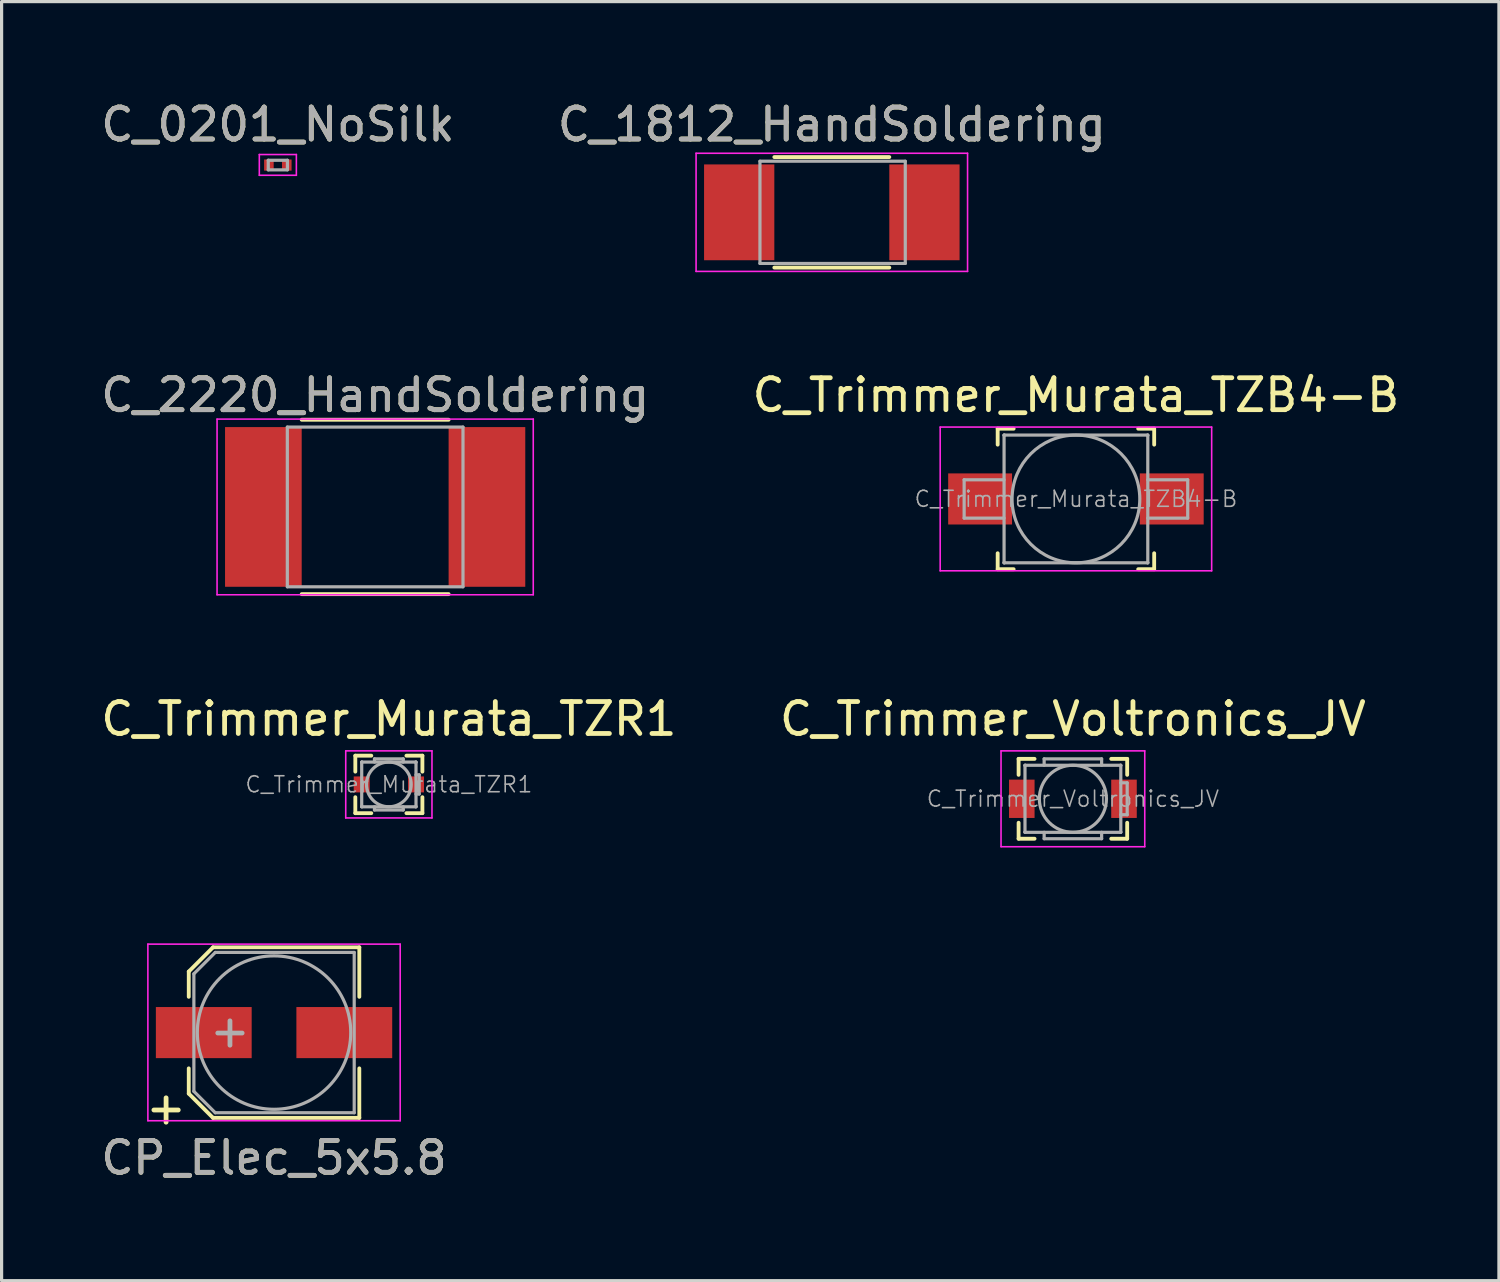
<source format=kicad_pcb>
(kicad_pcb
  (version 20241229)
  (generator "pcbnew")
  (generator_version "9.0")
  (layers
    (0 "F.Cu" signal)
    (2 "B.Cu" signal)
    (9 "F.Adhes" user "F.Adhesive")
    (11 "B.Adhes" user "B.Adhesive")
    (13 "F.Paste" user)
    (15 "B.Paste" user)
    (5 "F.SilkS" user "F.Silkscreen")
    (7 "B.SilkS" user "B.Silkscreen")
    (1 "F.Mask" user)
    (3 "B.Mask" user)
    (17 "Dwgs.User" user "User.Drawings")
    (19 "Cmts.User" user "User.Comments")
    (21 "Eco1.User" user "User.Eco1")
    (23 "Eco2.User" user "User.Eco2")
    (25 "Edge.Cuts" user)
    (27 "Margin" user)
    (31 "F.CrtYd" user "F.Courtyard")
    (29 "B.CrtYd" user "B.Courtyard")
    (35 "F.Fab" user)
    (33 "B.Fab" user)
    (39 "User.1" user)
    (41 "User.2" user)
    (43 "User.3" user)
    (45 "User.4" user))
  (footprint "C_Trimmer_Murata_TZB4-B"
    (layer "F.Cu")
    (at 30.637 12.572)
    (property "Reference" "C_Trimmer_Murata_TZB4-B" (at 0 -3.25 0) (layer "F.SilkS") (effects (font (size 1 1) (thickness 0.15))))
    (attr smd)
    (fp_line (start -2.45 -2.2) (end -2.45 -1.7) (stroke (width 0.12) (type solid)) (layer "F.SilkS"))
    (fp_line (start -2.45 -2.2) (end -1.95 -2.2) (stroke (width 0.12) (type solid)) (layer "F.SilkS"))
    (fp_line (start -2.45 2.2) (end -2.45 1.7) (stroke (width 0.12) (type solid)) (layer "F.SilkS"))
    (fp_line (start -2.45 2.2) (end -1.95 2.2) (stroke (width 0.12) (type solid)) (layer "F.SilkS"))
    (fp_line (start 2.45 -2.2) (end 1.95 -2.2) (stroke (width 0.12) (type solid)) (layer "F.SilkS"))
    (fp_line (start 2.45 -2.2) (end 2.45 -1.7) (stroke (width 0.12) (type solid)) (layer "F.SilkS"))
    (fp_line (start 2.45 2.2) (end 1.95 2.2) (stroke (width 0.12) (type solid)) (layer "F.SilkS"))
    (fp_line (start 2.45 2.2) (end 2.45 1.7) (stroke (width 0.12) (type solid)) (layer "F.SilkS"))
    (fp_line (start -4.25 -2.25) (end -4.25 2.25) (stroke (width 0.05) (type solid)) (layer "F.CrtYd"))
    (fp_line (start -4.25 2.25) (end 4.25 2.25) (stroke (width 0.05) (type solid)) (layer "F.CrtYd"))
    (fp_line (start 4.25 -2.25) (end -4.25 -2.25) (stroke (width 0.05) (type solid)) (layer "F.CrtYd"))
    (fp_line (start 4.25 2.25) (end 4.25 -2.25) (stroke (width 0.05) (type solid)) (layer "F.CrtYd"))
    (fp_line (start -3.5 -0.6) (end -3.5 0.6) (stroke (width 0.1) (type solid)) (layer "F.Fab"))
    (fp_line (start -3.5 0.6) (end -2.25 0.6) (stroke (width 0.1) (type solid)) (layer "F.Fab"))
    (fp_line (start -2.25 -2) (end -2.24 -2) (stroke (width 0.1) (type solid)) (layer "F.Fab"))
    (fp_line (start -2.25 -1.99) (end -2.25 -2) (stroke (width 0.1) (type solid)) (layer "F.Fab"))
    (fp_line (start -2.25 -0.6) (end -3.5 -0.6) (stroke (width 0.1) (type solid)) (layer "F.Fab"))
    (fp_line (start -2.25 1.99) (end -2.25 -1.99) (stroke (width 0.1) (type solid)) (layer "F.Fab"))
    (fp_line (start -2.25 2) (end -2.25 1.99) (stroke (width 0.1) (type solid)) (layer "F.Fab"))
    (fp_line (start -2.24 -2) (end 2.24 -2) (stroke (width 0.1) (type solid)) (layer "F.Fab"))
    (fp_line (start -2.24 2) (end -2.25 2) (stroke (width 0.1) (type solid)) (layer "F.Fab"))
    (fp_line (start 2.24 -2) (end 2.25 -2) (stroke (width 0.1) (type solid)) (layer "F.Fab"))
    (fp_line (start 2.24 2) (end -2.24 2) (stroke (width 0.1) (type solid)) (layer "F.Fab"))
    (fp_line (start 2.25 -2) (end 2.25 -1.99) (stroke (width 0.1) (type solid)) (layer "F.Fab"))
    (fp_line (start 2.25 -1.99) (end 2.25 1.99) (stroke (width 0.1) (type solid)) (layer "F.Fab"))
    (fp_line (start 2.25 -0.6) (end 3.5 -0.6) (stroke (width 0.1) (type solid)) (layer "F.Fab"))
    (fp_line (start 2.25 1.99) (end 2.25 2) (stroke (width 0.1) (type solid)) (layer "F.Fab"))
    (fp_line (start 2.25 2) (end 2.24 2) (stroke (width 0.1) (type solid)) (layer "F.Fab"))
    (fp_line (start 3.5 -0.6) (end 3.5 0.6) (stroke (width 0.1) (type solid)) (layer "F.Fab"))
    (fp_line (start 3.5 0.6) (end 2.25 0.6) (stroke (width 0.1) (type solid)) (layer "F.Fab"))
    (fp_circle (center 0 0) (end 2 0) (stroke (width 0.1) (type solid)) (fill no) (layer "F.Fab"))
    (fp_text user "${REFERENCE}" (at 0 0 0) (layer "F.Fab") (effects (font (size 0.5 0.5) (thickness 0.05))))
    (pad "1" smd rect (at -3 0) (size 2 1.6) (layers "F.Cu" "F.Mask" "F.Paste"))
    (pad "2" smd rect (at 3 0) (size 2 1.6) (layers "F.Cu" "F.Mask" "F.Paste")))
  (footprint "C_1812_HandSoldering"
    (layer "F.Cu")
    (at 22.994 3.598)
    (property "Reference" "C_1812_HandSoldering" (at 0 -2.75 0) (layer "F.SilkS") (effects (font (size 1 1) (thickness 0.15))))
    (attr smd)
    (fp_line (start -1.8 1.73) (end 1.8 1.73) (stroke (width 0.12) (type solid)) (layer "F.SilkS"))
    (fp_line (start 1.8 -1.73) (end -1.8 -1.73) (stroke (width 0.12) (type solid)) (layer "F.SilkS"))
    (fp_line (start -4.25 -1.85) (end -4.25 1.85) (stroke (width 0.05) (type solid)) (layer "F.CrtYd"))
    (fp_line (start -4.25 -1.85) (end 4.25 -1.85) (stroke (width 0.05) (type solid)) (layer "F.CrtYd"))
    (fp_line (start 4.25 1.85) (end -4.25 1.85) (stroke (width 0.05) (type solid)) (layer "F.CrtYd"))
    (fp_line (start 4.25 1.85) (end 4.25 -1.85) (stroke (width 0.05) (type solid)) (layer "F.CrtYd"))
    (fp_line (start -2.25 -1.6) (end 2.3 -1.6) (stroke (width 0.1) (type solid)) (layer "F.Fab"))
    (fp_line (start -2.25 1.6) (end -2.25 -1.6) (stroke (width 0.1) (type solid)) (layer "F.Fab"))
    (fp_line (start 2.3 -1.6) (end 2.3 1.6) (stroke (width 0.1) (type solid)) (layer "F.Fab"))
    (fp_line (start 2.3 1.6) (end -2.25 1.6) (stroke (width 0.1) (type solid)) (layer "F.Fab"))
    (fp_text user "${REFERENCE}" (at 0 -2.75 0) (layer "F.Fab") (effects (font (size 1 1) (thickness 0.15))))
    (pad "1" smd rect (at -2.9 0) (size 2.2 3) (layers "F.Cu" "F.Mask" "F.Paste"))
    (pad "2" smd rect (at 2.9 0) (size 2.2 3) (layers "F.Cu" "F.Mask" "F.Paste")))
  (footprint "C_Trimmer_Murata_TZR1"
    (layer "F.Cu")
    (at 9.125 21.51)
    (property "Reference" "C_Trimmer_Murata_TZR1" (at 0 -2.05 0) (layer "F.SilkS") (effects (font (size 1 1) (thickness 0.15))))
    (attr smd)
    (fp_line (start -1.05 -0.9) (end -1.05 -0.4) (stroke (width 0.12) (type solid)) (layer "F.SilkS"))
    (fp_line (start -1.05 -0.9) (end -0.55 -0.9) (stroke (width 0.12) (type solid)) (layer "F.SilkS"))
    (fp_line (start -1.05 0.9) (end -1.05 0.4) (stroke (width 0.12) (type solid)) (layer "F.SilkS"))
    (fp_line (start -1.05 0.9) (end -0.55 0.9) (stroke (width 0.12) (type solid)) (layer "F.SilkS"))
    (fp_line (start 1.05 -0.9) (end 0.55 -0.9) (stroke (width 0.12) (type solid)) (layer "F.SilkS"))
    (fp_line (start 1.05 -0.9) (end 1.05 -0.4) (stroke (width 0.12) (type solid)) (layer "F.SilkS"))
    (fp_line (start 1.05 0.9) (end 0.55 0.9) (stroke (width 0.12) (type solid)) (layer "F.SilkS"))
    (fp_line (start 1.05 0.9) (end 1.05 0.4) (stroke (width 0.12) (type solid)) (layer "F.SilkS"))
    (fp_line (start -1.35 -1.05) (end -1.35 1.05) (stroke (width 0.05) (type solid)) (layer "F.CrtYd"))
    (fp_line (start -1.35 1.05) (end 1.35 1.05) (stroke (width 0.05) (type solid)) (layer "F.CrtYd"))
    (fp_line (start 1.35 -1.05) (end -1.35 -1.05) (stroke (width 0.05) (type solid)) (layer "F.CrtYd"))
    (fp_line (start 1.35 1.05) (end 1.35 -1.05) (stroke (width 0.05) (type solid)) (layer "F.CrtYd"))
    (fp_line (start -0.85 -0.7) (end -0.84 -0.7) (stroke (width 0.1) (type solid)) (layer "F.Fab"))
    (fp_line (start -0.85 -0.69) (end -0.85 -0.7) (stroke (width 0.1) (type solid)) (layer "F.Fab"))
    (fp_line (start -0.85 0.69) (end -0.85 -0.69) (stroke (width 0.1) (type solid)) (layer "F.Fab"))
    (fp_line (start -0.85 0.7) (end -0.85 0.69) (stroke (width 0.1) (type solid)) (layer "F.Fab"))
    (fp_line (start -0.84 -0.7) (end 0.84 -0.7) (stroke (width 0.1) (type solid)) (layer "F.Fab"))
    (fp_line (start -0.84 0.7) (end -0.85 0.7) (stroke (width 0.1) (type solid)) (layer "F.Fab"))
    (fp_line (start -0.45 -0.8) (end 0.45 -0.8) (stroke (width 0.1) (type solid)) (layer "F.Fab"))
    (fp_line (start -0.45 -0.7) (end -0.45 -0.8) (stroke (width 0.1) (type solid)) (layer "F.Fab"))
    (fp_line (start -0.45 0.7) (end -0.45 0.8) (stroke (width 0.1) (type solid)) (layer "F.Fab"))
    (fp_line (start -0.45 0.8) (end 0.45 0.8) (stroke (width 0.1) (type solid)) (layer "F.Fab"))
    (fp_line (start 0.45 -0.8) (end 0.45 -0.7) (stroke (width 0.1) (type solid)) (layer "F.Fab"))
    (fp_line (start 0.45 0.8) (end 0.45 0.7) (stroke (width 0.1) (type solid)) (layer "F.Fab"))
    (fp_line (start 0.84 -0.7) (end 0.85 -0.7) (stroke (width 0.1) (type solid)) (layer "F.Fab"))
    (fp_line (start 0.84 0.7) (end -0.84 0.7) (stroke (width 0.1) (type solid)) (layer "F.Fab"))
    (fp_line (start 0.85 -0.7) (end 0.85 -0.69) (stroke (width 0.1) (type solid)) (layer "F.Fab"))
    (fp_line (start 0.85 -0.69) (end 0.85 0.69) (stroke (width 0.1) (type solid)) (layer "F.Fab"))
    (fp_line (start 0.85 -0.3) (end 0.95 -0.3) (stroke (width 0.1) (type solid)) (layer "F.Fab"))
    (fp_line (start 0.85 0.69) (end 0.85 0.7) (stroke (width 0.1) (type solid)) (layer "F.Fab"))
    (fp_line (start 0.85 0.7) (end 0.84 0.7) (stroke (width 0.1) (type solid)) (layer "F.Fab"))
    (fp_line (start 0.95 -0.3) (end 0.95 0.3) (stroke (width 0.1) (type solid)) (layer "F.Fab"))
    (fp_line (start 0.95 0.3) (end 0.85 0.3) (stroke (width 0.1) (type solid)) (layer "F.Fab"))
    (fp_circle (center 0 0) (end 0.7 0) (stroke (width 0.1) (type solid)) (fill no) (layer "F.Fab"))
    (fp_text user "${REFERENCE}" (at 0 0 0) (layer "F.Fab") (effects (font (size 0.5 0.5) (thickness 0.05))))
    (pad "1" smd rect (at -0.85 0) (size 0.5 0.5) (layers "F.Cu" "F.Mask" "F.Paste"))
    (pad "2" smd rect (at 0.85 0) (size 0.5 0.5) (layers "F.Cu" "F.Mask" "F.Paste")))
  (footprint "CP_Elec_5x5.8"
    (layer "F.Cu")
    (at 5.53 29.28)
    (property "Reference" "CP_Elec_5x5.8" (at 0 3.92 0) (layer "F.SilkS") (effects (font (size 1 1) (thickness 0.15))))
    (attr smd)
    (fp_line (start -2.67 -1.91) (end -2.67 -1.12) (stroke (width 0.12) (type solid)) (layer "F.SilkS"))
    (fp_line (start -2.67 1.91) (end -2.67 1.12) (stroke (width 0.12) (type solid)) (layer "F.SilkS"))
    (fp_line (start -2.67 1.91) (end -1.91 2.67) (stroke (width 0.12) (type solid)) (layer "F.SilkS"))
    (fp_line (start -1.91 -2.67) (end -2.67 -1.91) (stroke (width 0.12) (type solid)) (layer "F.SilkS"))
    (fp_line (start -1.91 2.67) (end 2.67 2.67) (stroke (width 0.12) (type solid)) (layer "F.SilkS"))
    (fp_line (start 2.67 -2.67) (end -1.91 -2.67) (stroke (width 0.12) (type solid)) (layer "F.SilkS"))
    (fp_line (start 2.67 -2.67) (end 2.67 -1.12) (stroke (width 0.12) (type solid)) (layer "F.SilkS"))
    (fp_line (start 2.67 2.67) (end 2.67 1.12) (stroke (width 0.12) (type solid)) (layer "F.SilkS"))
    (fp_line (start -3.95 -2.77) (end -3.95 2.76) (stroke (width 0.05) (type solid)) (layer "F.CrtYd"))
    (fp_line (start -3.95 -2.77) (end 3.95 -2.77) (stroke (width 0.05) (type solid)) (layer "F.CrtYd"))
    (fp_line (start 3.95 2.76) (end -3.95 2.76) (stroke (width 0.05) (type solid)) (layer "F.CrtYd"))
    (fp_line (start 3.95 2.76) (end 3.95 -2.77) (stroke (width 0.05) (type solid)) (layer "F.CrtYd"))
    (fp_line (start -2.51 -1.84) (end -2.51 1.84) (stroke (width 0.1) (type solid)) (layer "F.Fab"))
    (fp_line (start -2.51 1.84) (end -1.84 2.51) (stroke (width 0.1) (type solid)) (layer "F.Fab"))
    (fp_line (start -1.84 -2.51) (end -2.51 -1.84) (stroke (width 0.1) (type solid)) (layer "F.Fab"))
    (fp_line (start -1.84 2.51) (end 2.51 2.51) (stroke (width 0.1) (type solid)) (layer "F.Fab"))
    (fp_line (start 2.51 -2.51) (end -1.84 -2.51) (stroke (width 0.1) (type solid)) (layer "F.Fab"))
    (fp_line (start 2.51 2.51) (end 2.51 -2.51) (stroke (width 0.1) (type solid)) (layer "F.Fab"))
    (fp_circle (center 0 0) (end 0.1 2.4) (stroke (width 0.1) (type solid)) (fill no) (layer "F.Fab"))
    (fp_text user "+" (at -3.38 2.35 0) (layer "F.SilkS") (effects (font (size 1 1) (thickness 0.15))))
    (fp_text user "${REFERENCE}" (at 0 3.92 0) (layer "F.Fab") (effects (font (size 1 1) (thickness 0.15))))
    (fp_text user "+" (at -1.38 -0.06 0) (layer "F.Fab") (effects (font (size 1 1) (thickness 0.15))))
    (pad "1" smd rect (at -2.2 0 180) (size 3 1.6) (layers "F.Cu" "F.Mask" "F.Paste"))
    (pad "2" smd rect (at 2.2 0 180) (size 3 1.6) (layers "F.Cu" "F.Mask" "F.Paste")))
  (footprint "C_2220_HandSoldering"
    (layer "F.Cu")
    (at 8.696 12.822)
    (property "Reference" "C_2220_HandSoldering" (at 0 -3.5 0) (layer "F.SilkS") (effects (font (size 1 1) (thickness 0.15))))
    (attr smd)
    (fp_line (start -2.3 2.73) (end 2.3 2.73) (stroke (width 0.12) (type solid)) (layer "F.SilkS"))
    (fp_line (start 2.3 -2.73) (end -2.3 -2.73) (stroke (width 0.12) (type solid)) (layer "F.SilkS"))
    (fp_line (start -4.95 -2.75) (end -4.95 2.75) (stroke (width 0.05) (type solid)) (layer "F.CrtYd"))
    (fp_line (start -4.95 -2.75) (end 4.95 -2.75) (stroke (width 0.05) (type solid)) (layer "F.CrtYd"))
    (fp_line (start 4.95 2.75) (end -4.95 2.75) (stroke (width 0.05) (type solid)) (layer "F.CrtYd"))
    (fp_line (start 4.95 2.75) (end 4.95 -2.75) (stroke (width 0.05) (type solid)) (layer "F.CrtYd"))
    (fp_line (start -2.75 -2.5) (end 2.75 -2.5) (stroke (width 0.1) (type solid)) (layer "F.Fab"))
    (fp_line (start -2.75 2.5) (end -2.75 -2.5) (stroke (width 0.1) (type solid)) (layer "F.Fab"))
    (fp_line (start 2.75 -2.5) (end 2.75 2.5) (stroke (width 0.1) (type solid)) (layer "F.Fab"))
    (fp_line (start 2.75 2.5) (end -2.75 2.5) (stroke (width 0.1) (type solid)) (layer "F.Fab"))
    (fp_text user "${REFERENCE}" (at 0 -3.5 0) (layer "F.Fab") (effects (font (size 1 1) (thickness 0.15))))
    (pad "1" smd rect (at -3.5 0) (size 2.4 5) (layers "F.Cu" "F.Mask" "F.Paste"))
    (pad "2" smd rect (at 3.5 0) (size 2.4 5) (layers "F.Cu" "F.Mask" "F.Paste")))
  (footprint "C_Trimmer_Voltronics_JV"
    (layer "F.Cu")
    (at 30.542 21.96)
    (property "Reference" "C_Trimmer_Voltronics_JV" (at 0 -2.5 0) (layer "F.SilkS") (effects (font (size 1 1) (thickness 0.15))))
    (attr smd)
    (fp_line (start -1.7 -1.25) (end -1.7 -0.75) (stroke (width 0.12) (type solid)) (layer "F.SilkS"))
    (fp_line (start -1.7 -1.25) (end -1.2 -1.25) (stroke (width 0.12) (type solid)) (layer "F.SilkS"))
    (fp_line (start -1.7 1.25) (end -1.7 0.75) (stroke (width 0.12) (type solid)) (layer "F.SilkS"))
    (fp_line (start -1.7 1.25) (end -1.2 1.25) (stroke (width 0.12) (type solid)) (layer "F.SilkS"))
    (fp_line (start 1.7 -1.25) (end 1.2 -1.25) (stroke (width 0.12) (type solid)) (layer "F.SilkS"))
    (fp_line (start 1.7 -1.25) (end 1.7 -0.75) (stroke (width 0.12) (type solid)) (layer "F.SilkS"))
    (fp_line (start 1.7 1.25) (end 1.2 1.25) (stroke (width 0.12) (type solid)) (layer "F.SilkS"))
    (fp_line (start 1.7 1.25) (end 1.7 0.75) (stroke (width 0.12) (type solid)) (layer "F.SilkS"))
    (fp_line (start -2.25 -1.5) (end -2.25 1.5) (stroke (width 0.05) (type solid)) (layer "F.CrtYd"))
    (fp_line (start -2.25 1.5) (end 2.25 1.5) (stroke (width 0.05) (type solid)) (layer "F.CrtYd"))
    (fp_line (start 2.25 -1.5) (end -2.25 -1.5) (stroke (width 0.05) (type solid)) (layer "F.CrtYd"))
    (fp_line (start 2.25 1.5) (end 2.25 -1.5) (stroke (width 0.05) (type solid)) (layer "F.CrtYd"))
    (fp_line (start -1.5 -1.05) (end -1.49 -1.05) (stroke (width 0.1) (type solid)) (layer "F.Fab"))
    (fp_line (start -1.5 -1.04) (end -1.5 -1.05) (stroke (width 0.1) (type solid)) (layer "F.Fab"))
    (fp_line (start -1.5 1.04) (end -1.5 -1.04) (stroke (width 0.1) (type solid)) (layer "F.Fab"))
    (fp_line (start -1.5 1.05) (end -1.5 1.04) (stroke (width 0.1) (type solid)) (layer "F.Fab"))
    (fp_line (start -1.49 -1.05) (end 1.49 -1.05) (stroke (width 0.1) (type solid)) (layer "F.Fab"))
    (fp_line (start -1.49 1.05) (end -1.5 1.05) (stroke (width 0.1) (type solid)) (layer "F.Fab"))
    (fp_line (start -0.9 -1.25) (end 0.9 -1.25) (stroke (width 0.1) (type solid)) (layer "F.Fab"))
    (fp_line (start -0.9 -1.05) (end -0.9 -1.25) (stroke (width 0.1) (type solid)) (layer "F.Fab"))
    (fp_line (start -0.9 1.05) (end -0.9 1.25) (stroke (width 0.1) (type solid)) (layer "F.Fab"))
    (fp_line (start -0.9 1.25) (end 0.9 1.25) (stroke (width 0.1) (type solid)) (layer "F.Fab"))
    (fp_line (start 0.9 -1.25) (end 0.9 -1.05) (stroke (width 0.1) (type solid)) (layer "F.Fab"))
    (fp_line (start 0.9 1.25) (end 0.9 1.05) (stroke (width 0.1) (type solid)) (layer "F.Fab"))
    (fp_line (start 1.49 -1.05) (end 1.5 -1.05) (stroke (width 0.1) (type solid)) (layer "F.Fab"))
    (fp_line (start 1.49 1.05) (end -1.49 1.05) (stroke (width 0.1) (type solid)) (layer "F.Fab"))
    (fp_line (start 1.5 -1.05) (end 1.5 -1.04) (stroke (width 0.1) (type solid)) (layer "F.Fab"))
    (fp_line (start 1.5 -1.04) (end 1.5 1.04) (stroke (width 0.1) (type solid)) (layer "F.Fab"))
    (fp_line (start 1.5 -0.5) (end 1.7 -0.5) (stroke (width 0.1) (type solid)) (layer "F.Fab"))
    (fp_line (start 1.5 1.04) (end 1.5 1.05) (stroke (width 0.1) (type solid)) (layer "F.Fab"))
    (fp_line (start 1.5 1.05) (end 1.49 1.05) (stroke (width 0.1) (type solid)) (layer "F.Fab"))
    (fp_line (start 1.7 -0.5) (end 1.7 0.5) (stroke (width 0.1) (type solid)) (layer "F.Fab"))
    (fp_line (start 1.7 0.5) (end 1.5 0.5) (stroke (width 0.1) (type solid)) (layer "F.Fab"))
    (fp_circle (center 0 0) (end 1.05 0) (stroke (width 0.1) (type solid)) (fill no) (layer "F.Fab"))
    (fp_text user "${REFERENCE}" (at 0 0 0) (layer "F.Fab") (effects (font (size 0.5 0.5) (thickness 0.05))))
    (pad "1" smd rect (at -1.6 0) (size 0.8 1.2) (layers "F.Cu" "F.Mask" "F.Paste"))
    (pad "2" smd rect (at 1.6 0) (size 0.8 1.2) (layers "F.Cu" "F.Mask" "F.Paste")))
  (footprint "C_0201_NoSilk"
    (layer "F.Cu")
    (at 5.649 2.118)
    (property "Reference" "C_0201_NoSilk" (at 0 -1.27 0) (layer "F.SilkS") (effects (font (size 1 1) (thickness 0.15))))
    (attr smd)
    (fp_line (start -0.58 -0.33) (end -0.58 0.32) (stroke (width 0.05) (type solid)) (layer "F.CrtYd"))
    (fp_line (start -0.58 -0.33) (end 0.58 -0.33) (stroke (width 0.05) (type solid)) (layer "F.CrtYd"))
    (fp_line (start 0.58 0.32) (end -0.58 0.32) (stroke (width 0.05) (type solid)) (layer "F.CrtYd"))
    (fp_line (start 0.58 0.32) (end 0.58 -0.33) (stroke (width 0.05) (type solid)) (layer "F.CrtYd"))
    (fp_line (start -0.3 -0.15) (end 0.3 -0.15) (stroke (width 0.1) (type solid)) (layer "F.Fab"))
    (fp_line (start -0.3 0.15) (end -0.3 -0.15) (stroke (width 0.1) (type solid)) (layer "F.Fab"))
    (fp_line (start 0.3 -0.15) (end 0.3 0.15) (stroke (width 0.1) (type solid)) (layer "F.Fab"))
    (fp_line (start 0.3 0.15) (end -0.3 0.15) (stroke (width 0.1) (type solid)) (layer "F.Fab"))
    (fp_text user "${REFERENCE}" (at 0 -1.27 0) (layer "F.Fab") (effects (font (size 1 1) (thickness 0.15))))
    (pad "1" smd rect (at -0.28 0) (size 0.3 0.35) (layers "F.Cu" "F.Mask" "F.Paste"))
    (pad "2" smd rect (at 0.28 0) (size 0.3 0.35) (layers "F.Cu" "F.Mask" "F.Paste")))
  (gr_rect
    (start -3 -3)
    (end 43.881 37.048)
    (stroke (width 0.1) (type default))
    (fill no)
    (layer "Edge.Cuts")))
</source>
